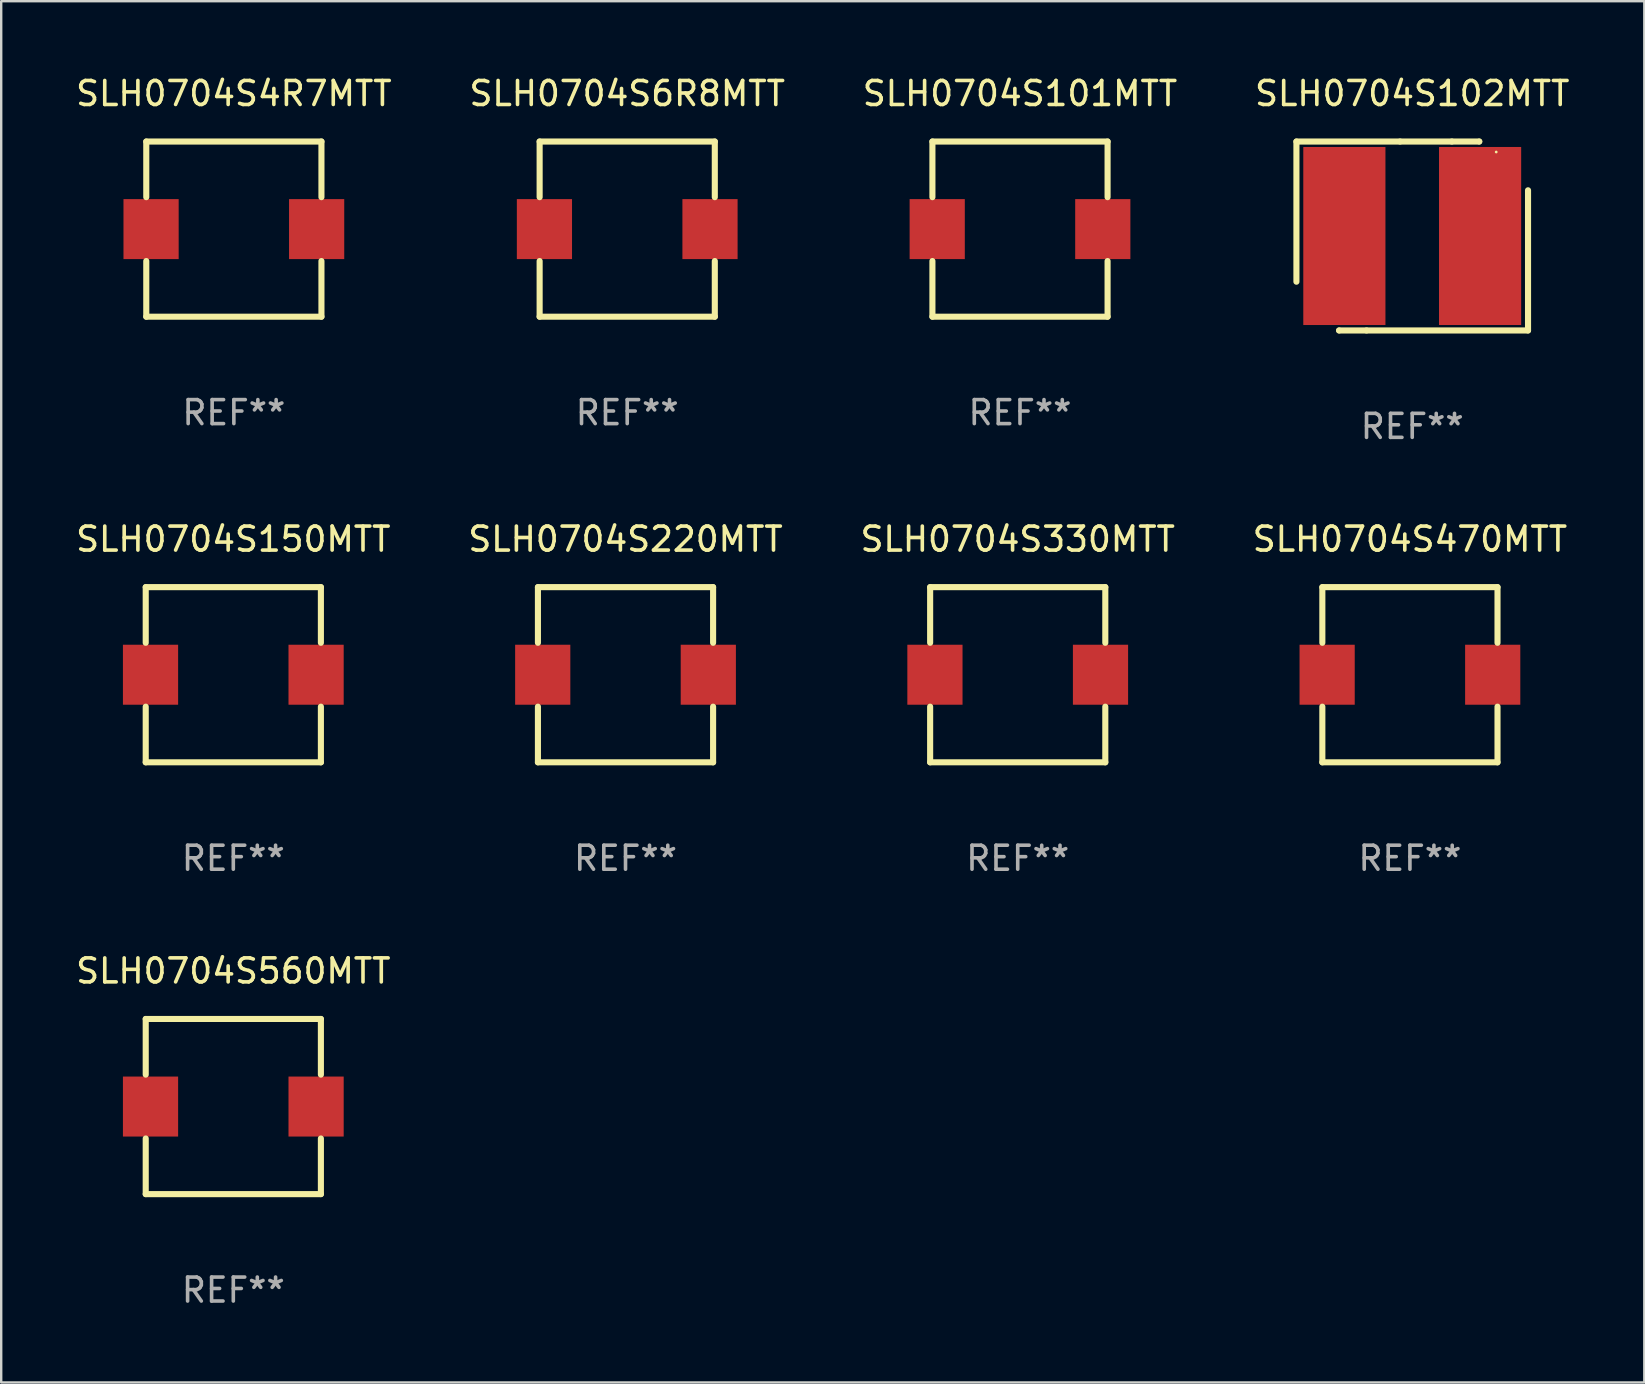
<source format=kicad_pcb>
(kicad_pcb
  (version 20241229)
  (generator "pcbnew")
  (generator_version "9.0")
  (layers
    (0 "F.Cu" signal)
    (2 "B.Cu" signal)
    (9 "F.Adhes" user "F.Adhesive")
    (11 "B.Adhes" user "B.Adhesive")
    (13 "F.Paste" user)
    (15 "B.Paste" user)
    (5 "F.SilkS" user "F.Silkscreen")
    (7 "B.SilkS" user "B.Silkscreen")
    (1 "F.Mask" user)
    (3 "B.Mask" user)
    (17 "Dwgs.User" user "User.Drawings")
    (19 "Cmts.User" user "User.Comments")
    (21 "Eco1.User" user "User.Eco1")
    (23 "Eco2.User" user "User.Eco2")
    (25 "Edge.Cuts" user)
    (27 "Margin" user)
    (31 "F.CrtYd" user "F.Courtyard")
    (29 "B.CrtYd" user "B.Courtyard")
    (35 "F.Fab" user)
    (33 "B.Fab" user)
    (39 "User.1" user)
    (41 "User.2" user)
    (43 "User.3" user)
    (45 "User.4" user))
  (footprint "SLH0704S560MTT"
    (layer "F.Cu")
    (at 6.673 43.065)
    (property "Reference" "SLH0704S560MTT" (at 0 -5.65 0) (layer "F.SilkS") (effects (font (size 1 1) (thickness 0.15))))
    (attr through_hole)
    (fp_line (start -3.65 -3.65) (end 3.65 -3.65) (stroke (width 0.254) (type solid)) (layer "F.SilkS"))
    (fp_line (start -3.65 -1.331) (end -3.65 -3.65) (stroke (width 0.254) (type solid)) (layer "F.SilkS"))
    (fp_line (start -3.65 3.65) (end -3.65 1.331) (stroke (width 0.254) (type solid)) (layer "F.SilkS"))
    (fp_line (start 3.65 -3.65) (end 3.65 -1.331) (stroke (width 0.254) (type solid)) (layer "F.SilkS"))
    (fp_line (start 3.65 1.331) (end 3.65 3.65) (stroke (width 0.254) (type solid)) (layer "F.SilkS"))
    (fp_line (start 3.65 3.65) (end -3.65 3.65) (stroke (width 0.254) (type solid)) (layer "F.SilkS"))
    (fp_circle (center -3.65 3.65) (end -3.62 3.65) (stroke (width 0.06) (type solid)) (fill no) (layer "F.SilkS"))
    (fp_text user "REF**" (at 0 7.65 0) (layer "F.Fab") (effects (font (size 1 1) (thickness 0.15))))
    (pad "1" smd rect (at -3.45 0) (size 2.3 2.5) (layers "F.Cu" "F.Mask" "F.Paste"))
    (pad "2" smd rect (at 3.45 0) (size 2.3 2.5) (layers "F.Cu" "F.Mask" "F.Paste")))
  (footprint "SLH0704S220MTT"
    (layer "F.Cu")
    (at 23.018 25.069)
    (property "Reference" "SLH0704S220MTT" (at 0 -5.65 0) (layer "F.SilkS") (effects (font (size 1 1) (thickness 0.15))))
    (attr through_hole)
    (fp_line (start -3.65 -3.65) (end 3.65 -3.65) (stroke (width 0.254) (type solid)) (layer "F.SilkS"))
    (fp_line (start -3.65 -1.331) (end -3.65 -3.65) (stroke (width 0.254) (type solid)) (layer "F.SilkS"))
    (fp_line (start -3.65 3.65) (end -3.65 1.331) (stroke (width 0.254) (type solid)) (layer "F.SilkS"))
    (fp_line (start 3.65 -3.65) (end 3.65 -1.331) (stroke (width 0.254) (type solid)) (layer "F.SilkS"))
    (fp_line (start 3.65 1.331) (end 3.65 3.65) (stroke (width 0.254) (type solid)) (layer "F.SilkS"))
    (fp_line (start 3.65 3.65) (end -3.65 3.65) (stroke (width 0.254) (type solid)) (layer "F.SilkS"))
    (fp_circle (center -3.65 3.65) (end -3.62 3.65) (stroke (width 0.06) (type solid)) (fill no) (layer "F.SilkS"))
    (fp_text user "REF**" (at 0 7.65 0) (layer "F.Fab") (effects (font (size 1 1) (thickness 0.15))))
    (pad "1" smd rect (at -3.45 0) (size 2.3 2.5) (layers "F.Cu" "F.Mask" "F.Paste"))
    (pad "2" smd rect (at 3.45 0) (size 2.3 2.5) (layers "F.Cu" "F.Mask" "F.Paste")))
  (footprint "SLH0704S150MTT"
    (layer "F.Cu")
    (at 6.673 25.069)
    (property "Reference" "SLH0704S150MTT" (at 0 -5.65 0) (layer "F.SilkS") (effects (font (size 1 1) (thickness 0.15))))
    (attr through_hole)
    (fp_line (start -3.65 -3.65) (end 3.65 -3.65) (stroke (width 0.254) (type solid)) (layer "F.SilkS"))
    (fp_line (start -3.65 -1.331) (end -3.65 -3.65) (stroke (width 0.254) (type solid)) (layer "F.SilkS"))
    (fp_line (start -3.65 3.65) (end -3.65 1.331) (stroke (width 0.254) (type solid)) (layer "F.SilkS"))
    (fp_line (start 3.65 -3.65) (end 3.65 -1.331) (stroke (width 0.254) (type solid)) (layer "F.SilkS"))
    (fp_line (start 3.65 1.331) (end 3.65 3.65) (stroke (width 0.254) (type solid)) (layer "F.SilkS"))
    (fp_line (start 3.65 3.65) (end -3.65 3.65) (stroke (width 0.254) (type solid)) (layer "F.SilkS"))
    (fp_circle (center -3.65 3.65) (end -3.62 3.65) (stroke (width 0.06) (type solid)) (fill no) (layer "F.SilkS"))
    (fp_text user "REF**" (at 0 7.65 0) (layer "F.Fab") (effects (font (size 1 1) (thickness 0.15))))
    (pad "1" smd rect (at -3.45 0) (size 2.3 2.5) (layers "F.Cu" "F.Mask" "F.Paste"))
    (pad "2" smd rect (at 3.45 0) (size 2.3 2.5) (layers "F.Cu" "F.Mask" "F.Paste")))
  (footprint "SLH0704S4R7MTT"
    (layer "F.Cu")
    (at 6.696 6.498)
    (property "Reference" "SLH0704S4R7MTT" (at 0 -5.65 0) (layer "F.SilkS") (effects (font (size 1 1) (thickness 0.15))))
    (attr through_hole)
    (fp_line (start -3.65 -3.65) (end 3.65 -3.65) (stroke (width 0.254) (type solid)) (layer "F.SilkS"))
    (fp_line (start -3.65 -1.331) (end -3.65 -3.65) (stroke (width 0.254) (type solid)) (layer "F.SilkS"))
    (fp_line (start -3.65 3.65) (end -3.65 1.331) (stroke (width 0.254) (type solid)) (layer "F.SilkS"))
    (fp_line (start 3.65 -3.65) (end 3.65 -1.331) (stroke (width 0.254) (type solid)) (layer "F.SilkS"))
    (fp_line (start 3.65 1.331) (end 3.65 3.65) (stroke (width 0.254) (type solid)) (layer "F.SilkS"))
    (fp_line (start 3.65 3.65) (end -3.65 3.65) (stroke (width 0.254) (type solid)) (layer "F.SilkS"))
    (fp_circle (center -3.65 3.65) (end -3.62 3.65) (stroke (width 0.06) (type solid)) (fill no) (layer "F.SilkS"))
    (fp_text user "REF**" (at 0 7.65 0) (layer "F.Fab") (effects (font (size 1 1) (thickness 0.15))))
    (pad "1" smd rect (at -3.45 0) (size 2.3 2.5) (layers "F.Cu" "F.Mask" "F.Paste"))
    (pad "2" smd rect (at 3.45 0) (size 2.3 2.5) (layers "F.Cu" "F.Mask" "F.Paste")))
  (footprint "SLH0704S102MTT"
    (layer "F.Cu")
    (at 55.804 6.785)
    (property "Reference" "SLH0704S102MTT" (at 0 -5.937 0) (layer "F.SilkS") (effects (font (size 1 1) (thickness 0.15))))
    (attr through_hole)
    (fp_line (start -4.826 -3.937) (end -0.508 -3.937) (stroke (width 0.254) (type solid)) (layer "F.SilkS"))
    (fp_line (start -4.826 1.905) (end -4.826 -3.937) (stroke (width 0.254) (type solid)) (layer "F.SilkS"))
    (fp_line (start -3.048 3.937) (end -3.048 3.937) (stroke (width 0.254) (type solid)) (layer "F.SilkS"))
    (fp_line (start -1.905 3.937) (end -3.048 3.937) (stroke (width 0.254) (type solid)) (layer "F.SilkS"))
    (fp_line (start -0.508 -3.937) (end 1.651 -3.937) (stroke (width 0.254) (type solid)) (layer "F.SilkS"))
    (fp_line (start 1.651 -3.937) (end 2.794 -3.937) (stroke (width 0.254) (type solid)) (layer "F.SilkS"))
    (fp_line (start 2.794 -3.937) (end 2.794 -3.937) (stroke (width 0.254) (type solid)) (layer "F.SilkS"))
    (fp_line (start 4.826 -1.905) (end 4.826 3.937) (stroke (width 0.254) (type solid)) (layer "F.SilkS"))
    (fp_line (start 4.826 3.937) (end -1.905 3.937) (stroke (width 0.254) (type solid)) (layer "F.SilkS"))
    (fp_circle (center 3.5 -3.5) (end 3.53 -3.5) (stroke (width 0.06) (type solid)) (fill no) (layer "F.SilkS"))
    (fp_text user "REF**" (at 0 7.937 0) (layer "F.Fab") (effects (font (size 1 1) (thickness 0.15))))
    (pad "1" smd rect (at 2.828 0) (size 3.424 7.42) (layers "F.Cu" "F.Mask" "F.Paste"))
    (pad "2" smd rect (at -2.828 0) (size 3.424 7.42) (layers "F.Cu" "F.Mask" "F.Paste")))
  (footprint "SLH0704S330MTT"
    (layer "F.Cu")
    (at 39.363 25.069)
    (property "Reference" "SLH0704S330MTT" (at 0 -5.65 0) (layer "F.SilkS") (effects (font (size 1 1) (thickness 0.15))))
    (attr through_hole)
    (fp_line (start -3.65 -3.65) (end 3.65 -3.65) (stroke (width 0.254) (type solid)) (layer "F.SilkS"))
    (fp_line (start -3.65 -1.331) (end -3.65 -3.65) (stroke (width 0.254) (type solid)) (layer "F.SilkS"))
    (fp_line (start -3.65 3.65) (end -3.65 1.331) (stroke (width 0.254) (type solid)) (layer "F.SilkS"))
    (fp_line (start 3.65 -3.65) (end 3.65 -1.331) (stroke (width 0.254) (type solid)) (layer "F.SilkS"))
    (fp_line (start 3.65 1.331) (end 3.65 3.65) (stroke (width 0.254) (type solid)) (layer "F.SilkS"))
    (fp_line (start 3.65 3.65) (end -3.65 3.65) (stroke (width 0.254) (type solid)) (layer "F.SilkS"))
    (fp_circle (center -3.65 3.65) (end -3.62 3.65) (stroke (width 0.06) (type solid)) (fill no) (layer "F.SilkS"))
    (fp_text user "REF**" (at 0 7.65 0) (layer "F.Fab") (effects (font (size 1 1) (thickness 0.15))))
    (pad "1" smd rect (at -3.45 0) (size 2.3 2.5) (layers "F.Cu" "F.Mask" "F.Paste"))
    (pad "2" smd rect (at 3.45 0) (size 2.3 2.5) (layers "F.Cu" "F.Mask" "F.Paste")))
  (footprint "SLH0704S6R8MTT"
    (layer "F.Cu")
    (at 23.089 6.498)
    (property "Reference" "SLH0704S6R8MTT" (at 0 -5.65 0) (layer "F.SilkS") (effects (font (size 1 1) (thickness 0.15))))
    (attr through_hole)
    (fp_line (start -3.65 -3.65) (end 3.65 -3.65) (stroke (width 0.254) (type solid)) (layer "F.SilkS"))
    (fp_line (start -3.65 -1.331) (end -3.65 -3.65) (stroke (width 0.254) (type solid)) (layer "F.SilkS"))
    (fp_line (start -3.65 3.65) (end -3.65 1.331) (stroke (width 0.254) (type solid)) (layer "F.SilkS"))
    (fp_line (start 3.65 -3.65) (end 3.65 -1.331) (stroke (width 0.254) (type solid)) (layer "F.SilkS"))
    (fp_line (start 3.65 1.331) (end 3.65 3.65) (stroke (width 0.254) (type solid)) (layer "F.SilkS"))
    (fp_line (start 3.65 3.65) (end -3.65 3.65) (stroke (width 0.254) (type solid)) (layer "F.SilkS"))
    (fp_circle (center -3.65 3.65) (end -3.62 3.65) (stroke (width 0.06) (type solid)) (fill no) (layer "F.SilkS"))
    (fp_text user "REF**" (at 0 7.65 0) (layer "F.Fab") (effects (font (size 1 1) (thickness 0.15))))
    (pad "1" smd rect (at -3.45 0) (size 2.3 2.5) (layers "F.Cu" "F.Mask" "F.Paste"))
    (pad "2" smd rect (at 3.45 0) (size 2.3 2.5) (layers "F.Cu" "F.Mask" "F.Paste")))
  (footprint "SLH0704S470MTT"
    (layer "F.Cu")
    (at 55.708 25.069)
    (property "Reference" "SLH0704S470MTT" (at 0 -5.65 0) (layer "F.SilkS") (effects (font (size 1 1) (thickness 0.15))))
    (attr through_hole)
    (fp_line (start -3.65 -3.65) (end 3.65 -3.65) (stroke (width 0.254) (type solid)) (layer "F.SilkS"))
    (fp_line (start -3.65 -1.331) (end -3.65 -3.65) (stroke (width 0.254) (type solid)) (layer "F.SilkS"))
    (fp_line (start -3.65 3.65) (end -3.65 1.331) (stroke (width 0.254) (type solid)) (layer "F.SilkS"))
    (fp_line (start 3.65 -3.65) (end 3.65 -1.331) (stroke (width 0.254) (type solid)) (layer "F.SilkS"))
    (fp_line (start 3.65 1.331) (end 3.65 3.65) (stroke (width 0.254) (type solid)) (layer "F.SilkS"))
    (fp_line (start 3.65 3.65) (end -3.65 3.65) (stroke (width 0.254) (type solid)) (layer "F.SilkS"))
    (fp_circle (center -3.65 3.65) (end -3.62 3.65) (stroke (width 0.06) (type solid)) (fill no) (layer "F.SilkS"))
    (fp_text user "REF**" (at 0 7.65 0) (layer "F.Fab") (effects (font (size 1 1) (thickness 0.15))))
    (pad "1" smd rect (at -3.45 0) (size 2.3 2.5) (layers "F.Cu" "F.Mask" "F.Paste"))
    (pad "2" smd rect (at 3.45 0) (size 2.3 2.5) (layers "F.Cu" "F.Mask" "F.Paste")))
  (footprint "SLH0704S101MTT"
    (layer "F.Cu")
    (at 39.458 6.498)
    (property "Reference" "SLH0704S101MTT" (at 0 -5.65 0) (layer "F.SilkS") (effects (font (size 1 1) (thickness 0.15))))
    (attr through_hole)
    (fp_line (start -3.65 -3.65) (end 3.65 -3.65) (stroke (width 0.254) (type solid)) (layer "F.SilkS"))
    (fp_line (start -3.65 -1.331) (end -3.65 -3.65) (stroke (width 0.254) (type solid)) (layer "F.SilkS"))
    (fp_line (start -3.65 3.65) (end -3.65 1.331) (stroke (width 0.254) (type solid)) (layer "F.SilkS"))
    (fp_line (start 3.65 -3.65) (end 3.65 -1.331) (stroke (width 0.254) (type solid)) (layer "F.SilkS"))
    (fp_line (start 3.65 1.331) (end 3.65 3.65) (stroke (width 0.254) (type solid)) (layer "F.SilkS"))
    (fp_line (start 3.65 3.65) (end -3.65 3.65) (stroke (width 0.254) (type solid)) (layer "F.SilkS"))
    (fp_circle (center -3.65 3.65) (end -3.62 3.65) (stroke (width 0.06) (type solid)) (fill no) (layer "F.SilkS"))
    (fp_text user "REF**" (at 0 7.65 0) (layer "F.Fab") (effects (font (size 1 1) (thickness 0.15))))
    (pad "1" smd rect (at -3.45 0) (size 2.3 2.5) (layers "F.Cu" "F.Mask" "F.Paste"))
    (pad "2" smd rect (at 3.45 0) (size 2.3 2.5) (layers "F.Cu" "F.Mask" "F.Paste")))
  (gr_rect
    (start -3 -3)
    (end 65.476 54.564)
    (stroke (width 0.1) (type default))
    (fill no)
    (layer "Edge.Cuts")))
</source>
